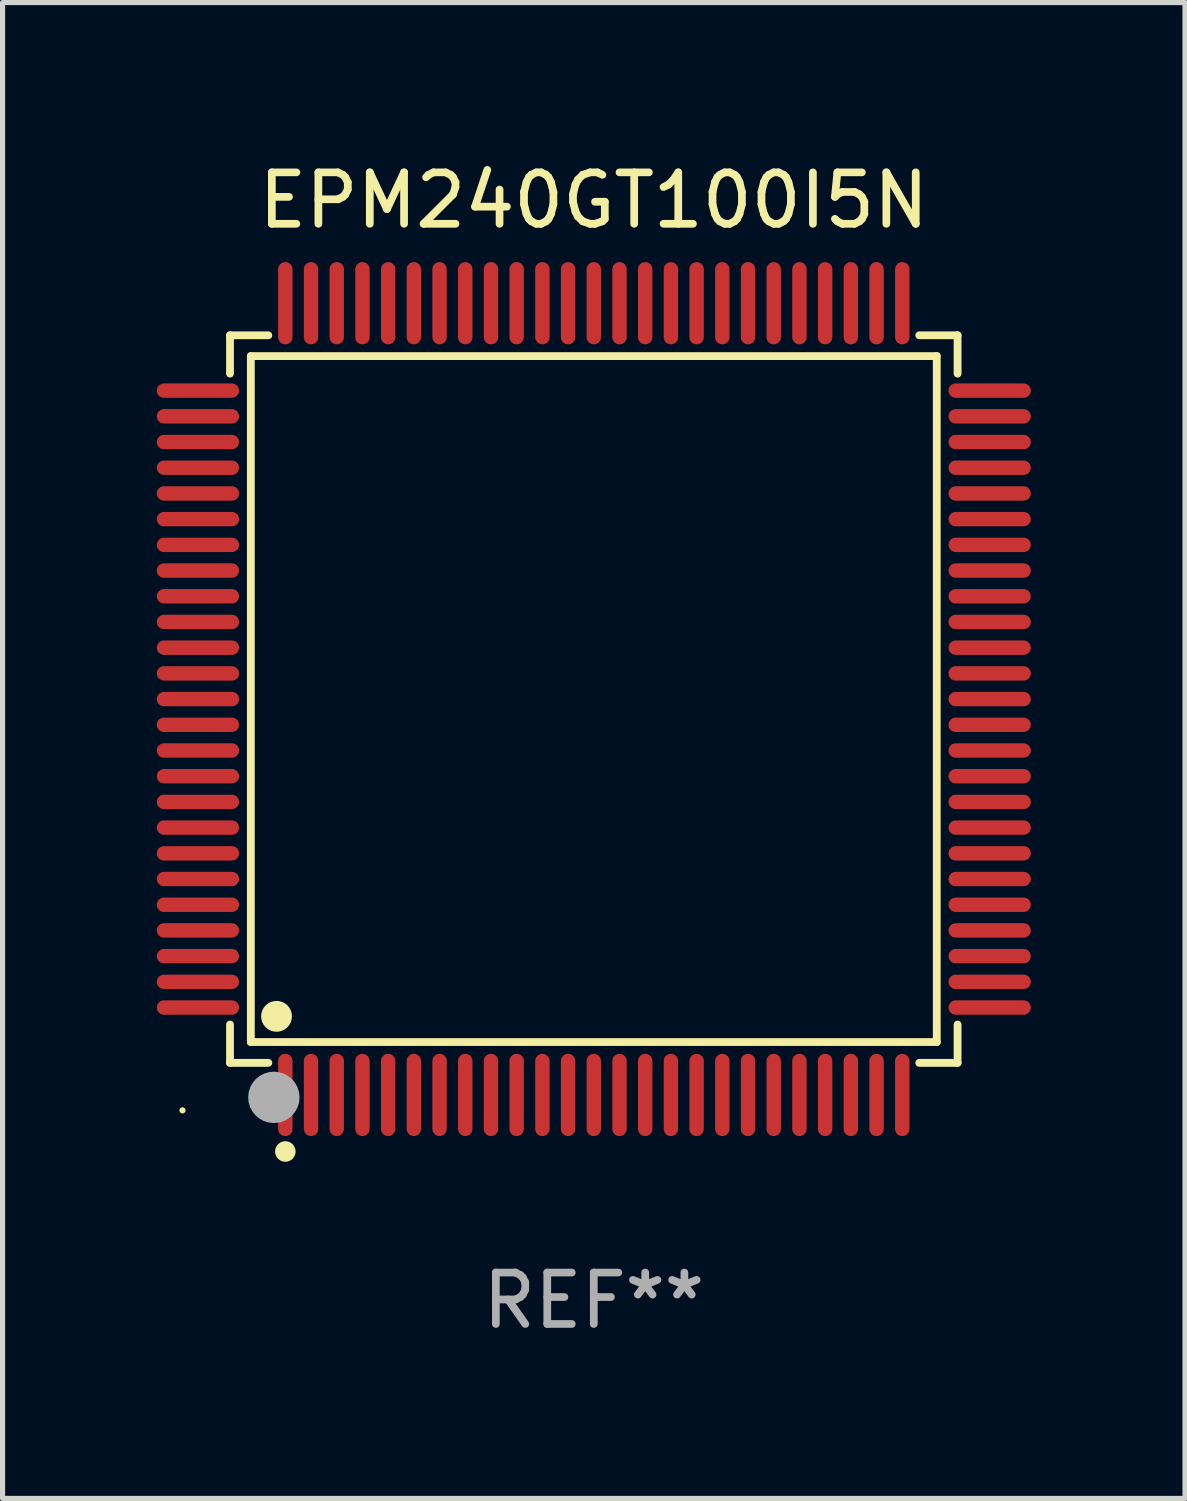
<source format=kicad_pcb>
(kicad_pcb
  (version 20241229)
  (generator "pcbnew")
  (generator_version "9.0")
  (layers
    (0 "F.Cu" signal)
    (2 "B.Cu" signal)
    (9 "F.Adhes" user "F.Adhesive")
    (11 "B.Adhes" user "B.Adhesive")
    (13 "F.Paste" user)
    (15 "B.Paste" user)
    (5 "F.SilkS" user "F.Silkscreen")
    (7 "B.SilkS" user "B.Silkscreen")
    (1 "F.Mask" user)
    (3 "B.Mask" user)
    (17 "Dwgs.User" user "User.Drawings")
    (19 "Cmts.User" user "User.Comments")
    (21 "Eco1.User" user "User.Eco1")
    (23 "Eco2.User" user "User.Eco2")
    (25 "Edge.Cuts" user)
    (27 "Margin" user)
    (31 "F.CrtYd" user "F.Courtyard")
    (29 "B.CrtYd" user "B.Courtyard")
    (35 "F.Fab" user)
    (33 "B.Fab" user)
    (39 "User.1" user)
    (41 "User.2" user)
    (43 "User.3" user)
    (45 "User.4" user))
  (footprint "EPM240GT100I5N"
    (layer "F.Cu")
    (at 8.5 10.548)
    (property "Reference" "EPM240GT100I5N" (at 0 -9.7 0) (layer "F.SilkS") (effects (font (size 1 1) (thickness 0.15))))
    (attr through_hole)
    (fp_line (start -7.076 -7.076) (end -6.331 -7.076) (stroke (width 0.152) (type solid)) (layer "F.SilkS"))
    (fp_line (start -7.076 -6.331) (end -7.076 -7.076) (stroke (width 0.152) (type solid)) (layer "F.SilkS"))
    (fp_line (start -7.076 6.331) (end -7.076 7.076) (stroke (width 0.152) (type solid)) (layer "F.SilkS"))
    (fp_line (start -7.076 7.076) (end -6.331 7.076) (stroke (width 0.152) (type solid)) (layer "F.SilkS"))
    (fp_line (start -6.671 -6.671) (end 6.671 -6.671) (stroke (width 0.152) (type solid)) (layer "F.SilkS"))
    (fp_line (start -6.671 6.671) (end -6.671 -6.671) (stroke (width 0.152) (type solid)) (layer "F.SilkS"))
    (fp_line (start 6.671 -6.671) (end 6.671 6.671) (stroke (width 0.152) (type solid)) (layer "F.SilkS"))
    (fp_line (start 6.671 6.671) (end -6.671 6.671) (stroke (width 0.152) (type solid)) (layer "F.SilkS"))
    (fp_line (start 7.076 -7.076) (end 6.331 -7.076) (stroke (width 0.152) (type solid)) (layer "F.SilkS"))
    (fp_line (start 7.076 -6.331) (end 7.076 -7.076) (stroke (width 0.152) (type solid)) (layer "F.SilkS"))
    (fp_line (start 7.076 6.331) (end 7.076 7.076) (stroke (width 0.152) (type solid)) (layer "F.SilkS"))
    (fp_line (start 7.076 7.076) (end 6.331 7.076) (stroke (width 0.152) (type solid)) (layer "F.SilkS"))
    (fp_circle (center -8 8) (end -7.97 8) (stroke (width 0.06) (type solid)) (fill no) (layer "F.SilkS"))
    (fp_circle (center -6.171 6.171) (end -6.021 6.171) (stroke (width 0.3) (type solid)) (fill no) (layer "F.SilkS"))
    (fp_circle (center -6 8.8) (end -5.9 8.8) (stroke (width 0.2) (type solid)) (fill no) (layer "F.SilkS"))
    (fp_circle (center -6.223 7.747) (end -5.973 7.747) (stroke (width 0.5) (type solid)) (fill no) (layer "F.Fab"))
    (fp_text user "REF**" (at 0 11.7 0) (layer "F.Fab") (effects (font (size 1 1) (thickness 0.15))))
    (pad "1" smd oval (at -6 7.7) (size 0.28 1.6) (layers "F.Cu" "F.Mask" "F.Paste"))
    (pad "2" smd oval (at -5.5 7.7) (size 0.28 1.6) (layers "F.Cu" "F.Mask" "F.Paste"))
    (pad "3" smd oval (at -5 7.7) (size 0.28 1.6) (layers "F.Cu" "F.Mask" "F.Paste"))
    (pad "4" smd oval (at -4.5 7.7) (size 0.28 1.6) (layers "F.Cu" "F.Mask" "F.Paste"))
    (pad "5" smd oval (at -4 7.7) (size 0.28 1.6) (layers "F.Cu" "F.Mask" "F.Paste"))
    (pad "6" smd oval (at -3.5 7.7) (size 0.28 1.6) (layers "F.Cu" "F.Mask" "F.Paste"))
    (pad "7" smd oval (at -3 7.7) (size 0.28 1.6) (layers "F.Cu" "F.Mask" "F.Paste"))
    (pad "8" smd oval (at -2.5 7.7) (size 0.28 1.6) (layers "F.Cu" "F.Mask" "F.Paste"))
    (pad "9" smd oval (at -2 7.7) (size 0.28 1.6) (layers "F.Cu" "F.Mask" "F.Paste"))
    (pad "10" smd oval (at -1.5 7.7) (size 0.28 1.6) (layers "F.Cu" "F.Mask" "F.Paste"))
    (pad "11" smd oval (at -1 7.7) (size 0.28 1.6) (layers "F.Cu" "F.Mask" "F.Paste"))
    (pad "12" smd oval (at -0.5 7.7) (size 0.28 1.6) (layers "F.Cu" "F.Mask" "F.Paste"))
    (pad "13" smd oval (at 0 7.7) (size 0.28 1.6) (layers "F.Cu" "F.Mask" "F.Paste"))
    (pad "14" smd oval (at 0.5 7.7) (size 0.28 1.6) (layers "F.Cu" "F.Mask" "F.Paste"))
    (pad "15" smd oval (at 1 7.7) (size 0.28 1.6) (layers "F.Cu" "F.Mask" "F.Paste"))
    (pad "16" smd oval (at 1.5 7.7) (size 0.28 1.6) (layers "F.Cu" "F.Mask" "F.Paste"))
    (pad "17" smd oval (at 2 7.7) (size 0.28 1.6) (layers "F.Cu" "F.Mask" "F.Paste"))
    (pad "18" smd oval (at 2.5 7.7) (size 0.28 1.6) (layers "F.Cu" "F.Mask" "F.Paste"))
    (pad "19" smd oval (at 3 7.7) (size 0.28 1.6) (layers "F.Cu" "F.Mask" "F.Paste"))
    (pad "20" smd oval (at 3.5 7.7) (size 0.28 1.6) (layers "F.Cu" "F.Mask" "F.Paste"))
    (pad "21" smd oval (at 4 7.7) (size 0.28 1.6) (layers "F.Cu" "F.Mask" "F.Paste"))
    (pad "22" smd oval (at 4.5 7.7) (size 0.28 1.6) (layers "F.Cu" "F.Mask" "F.Paste"))
    (pad "23" smd oval (at 5 7.7) (size 0.28 1.6) (layers "F.Cu" "F.Mask" "F.Paste"))
    (pad "24" smd oval (at 5.5 7.7) (size 0.28 1.6) (layers "F.Cu" "F.Mask" "F.Paste"))
    (pad "25" smd oval (at 6 7.7) (size 0.28 1.6) (layers "F.Cu" "F.Mask" "F.Paste"))
    (pad "26" smd oval (at 7.7 6) (size 1.6 0.28) (layers "F.Cu" "F.Mask" "F.Paste"))
    (pad "27" smd oval (at 7.7 5.5) (size 1.6 0.28) (layers "F.Cu" "F.Mask" "F.Paste"))
    (pad "28" smd oval (at 7.7 5) (size 1.6 0.28) (layers "F.Cu" "F.Mask" "F.Paste"))
    (pad "29" smd oval (at 7.7 4.5) (size 1.6 0.28) (layers "F.Cu" "F.Mask" "F.Paste"))
    (pad "30" smd oval (at 7.7 4) (size 1.6 0.28) (layers "F.Cu" "F.Mask" "F.Paste"))
    (pad "31" smd oval (at 7.7 3.5) (size 1.6 0.28) (layers "F.Cu" "F.Mask" "F.Paste"))
    (pad "32" smd oval (at 7.7 3) (size 1.6 0.28) (layers "F.Cu" "F.Mask" "F.Paste"))
    (pad "33" smd oval (at 7.7 2.5) (size 1.6 0.28) (layers "F.Cu" "F.Mask" "F.Paste"))
    (pad "34" smd oval (at 7.7 2) (size 1.6 0.28) (layers "F.Cu" "F.Mask" "F.Paste"))
    (pad "35" smd oval (at 7.7 1.5) (size 1.6 0.28) (layers "F.Cu" "F.Mask" "F.Paste"))
    (pad "36" smd oval (at 7.7 1) (size 1.6 0.28) (layers "F.Cu" "F.Mask" "F.Paste"))
    (pad "37" smd oval (at 7.7 0.5) (size 1.6 0.28) (layers "F.Cu" "F.Mask" "F.Paste"))
    (pad "38" smd oval (at 7.7 0) (size 1.6 0.28) (layers "F.Cu" "F.Mask" "F.Paste"))
    (pad "39" smd oval (at 7.7 -0.5) (size 1.6 0.28) (layers "F.Cu" "F.Mask" "F.Paste"))
    (pad "40" smd oval (at 7.7 -1) (size 1.6 0.28) (layers "F.Cu" "F.Mask" "F.Paste"))
    (pad "41" smd oval (at 7.7 -1.5) (size 1.6 0.28) (layers "F.Cu" "F.Mask" "F.Paste"))
    (pad "42" smd oval (at 7.7 -2) (size 1.6 0.28) (layers "F.Cu" "F.Mask" "F.Paste"))
    (pad "43" smd oval (at 7.7 -2.5) (size 1.6 0.28) (layers "F.Cu" "F.Mask" "F.Paste"))
    (pad "44" smd oval (at 7.7 -3) (size 1.6 0.28) (layers "F.Cu" "F.Mask" "F.Paste"))
    (pad "45" smd oval (at 7.7 -3.5) (size 1.6 0.28) (layers "F.Cu" "F.Mask" "F.Paste"))
    (pad "46" smd oval (at 7.7 -4) (size 1.6 0.28) (layers "F.Cu" "F.Mask" "F.Paste"))
    (pad "47" smd oval (at 7.7 -4.5) (size 1.6 0.28) (layers "F.Cu" "F.Mask" "F.Paste"))
    (pad "48" smd oval (at 7.7 -5) (size 1.6 0.28) (layers "F.Cu" "F.Mask" "F.Paste"))
    (pad "49" smd oval (at 7.7 -5.5) (size 1.6 0.28) (layers "F.Cu" "F.Mask" "F.Paste"))
    (pad "50" smd oval (at 7.7 -6) (size 1.6 0.28) (layers "F.Cu" "F.Mask" "F.Paste"))
    (pad "51" smd oval (at 6 -7.7) (size 0.28 1.6) (layers "F.Cu" "F.Mask" "F.Paste"))
    (pad "52" smd oval (at 5.5 -7.7) (size 0.28 1.6) (layers "F.Cu" "F.Mask" "F.Paste"))
    (pad "53" smd oval (at 5 -7.7) (size 0.28 1.6) (layers "F.Cu" "F.Mask" "F.Paste"))
    (pad "54" smd oval (at 4.5 -7.7) (size 0.28 1.6) (layers "F.Cu" "F.Mask" "F.Paste"))
    (pad "55" smd oval (at 4 -7.7) (size 0.28 1.6) (layers "F.Cu" "F.Mask" "F.Paste"))
    (pad "56" smd oval (at 3.5 -7.7) (size 0.28 1.6) (layers "F.Cu" "F.Mask" "F.Paste"))
    (pad "57" smd oval (at 3 -7.7) (size 0.28 1.6) (layers "F.Cu" "F.Mask" "F.Paste"))
    (pad "58" smd oval (at 2.5 -7.7) (size 0.28 1.6) (layers "F.Cu" "F.Mask" "F.Paste"))
    (pad "59" smd oval (at 2 -7.7) (size 0.28 1.6) (layers "F.Cu" "F.Mask" "F.Paste"))
    (pad "60" smd oval (at 1.5 -7.7) (size 0.28 1.6) (layers "F.Cu" "F.Mask" "F.Paste"))
    (pad "61" smd oval (at 1 -7.7) (size 0.28 1.6) (layers "F.Cu" "F.Mask" "F.Paste"))
    (pad "62" smd oval (at 0.5 -7.7) (size 0.28 1.6) (layers "F.Cu" "F.Mask" "F.Paste"))
    (pad "63" smd oval (at 0 -7.7) (size 0.28 1.6) (layers "F.Cu" "F.Mask" "F.Paste"))
    (pad "64" smd oval (at -0.5 -7.7) (size 0.28 1.6) (layers "F.Cu" "F.Mask" "F.Paste"))
    (pad "65" smd oval (at -1 -7.7) (size 0.28 1.6) (layers "F.Cu" "F.Mask" "F.Paste"))
    (pad "66" smd oval (at -1.5 -7.7) (size 0.28 1.6) (layers "F.Cu" "F.Mask" "F.Paste"))
    (pad "67" smd oval (at -2 -7.7) (size 0.28 1.6) (layers "F.Cu" "F.Mask" "F.Paste"))
    (pad "68" smd oval (at -2.5 -7.7) (size 0.28 1.6) (layers "F.Cu" "F.Mask" "F.Paste"))
    (pad "69" smd oval (at -3 -7.7) (size 0.28 1.6) (layers "F.Cu" "F.Mask" "F.Paste"))
    (pad "70" smd oval (at -3.5 -7.7) (size 0.28 1.6) (layers "F.Cu" "F.Mask" "F.Paste"))
    (pad "71" smd oval (at -4 -7.7) (size 0.28 1.6) (layers "F.Cu" "F.Mask" "F.Paste"))
    (pad "72" smd oval (at -4.5 -7.7) (size 0.28 1.6) (layers "F.Cu" "F.Mask" "F.Paste"))
    (pad "73" smd oval (at -5 -7.7) (size 0.28 1.6) (layers "F.Cu" "F.Mask" "F.Paste"))
    (pad "74" smd oval (at -5.5 -7.7) (size 0.28 1.6) (layers "F.Cu" "F.Mask" "F.Paste"))
    (pad "75" smd oval (at -6 -7.7) (size 0.28 1.6) (layers "F.Cu" "F.Mask" "F.Paste"))
    (pad "76" smd oval (at -7.7 -6) (size 1.6 0.28) (layers "F.Cu" "F.Mask" "F.Paste"))
    (pad "77" smd oval (at -7.7 -5.5) (size 1.6 0.28) (layers "F.Cu" "F.Mask" "F.Paste"))
    (pad "78" smd oval (at -7.7 -5) (size 1.6 0.28) (layers "F.Cu" "F.Mask" "F.Paste"))
    (pad "79" smd oval (at -7.7 -4.5) (size 1.6 0.28) (layers "F.Cu" "F.Mask" "F.Paste"))
    (pad "80" smd oval (at -7.7 -4) (size 1.6 0.28) (layers "F.Cu" "F.Mask" "F.Paste"))
    (pad "81" smd oval (at -7.7 -3.5) (size 1.6 0.28) (layers "F.Cu" "F.Mask" "F.Paste"))
    (pad "82" smd oval (at -7.7 -3) (size 1.6 0.28) (layers "F.Cu" "F.Mask" "F.Paste"))
    (pad "83" smd oval (at -7.7 -2.5) (size 1.6 0.28) (layers "F.Cu" "F.Mask" "F.Paste"))
    (pad "84" smd oval (at -7.7 -2) (size 1.6 0.28) (layers "F.Cu" "F.Mask" "F.Paste"))
    (pad "85" smd oval (at -7.7 -1.5) (size 1.6 0.28) (layers "F.Cu" "F.Mask" "F.Paste"))
    (pad "86" smd oval (at -7.7 -1) (size 1.6 0.28) (layers "F.Cu" "F.Mask" "F.Paste"))
    (pad "87" smd oval (at -7.7 -0.5) (size 1.6 0.28) (layers "F.Cu" "F.Mask" "F.Paste"))
    (pad "88" smd oval (at -7.7 0) (size 1.6 0.28) (layers "F.Cu" "F.Mask" "F.Paste"))
    (pad "89" smd oval (at -7.7 0.5) (size 1.6 0.28) (layers "F.Cu" "F.Mask" "F.Paste"))
    (pad "90" smd oval (at -7.7 1) (size 1.6 0.28) (layers "F.Cu" "F.Mask" "F.Paste"))
    (pad "91" smd oval (at -7.7 1.5) (size 1.6 0.28) (layers "F.Cu" "F.Mask" "F.Paste"))
    (pad "92" smd oval (at -7.7 2) (size 1.6 0.28) (layers "F.Cu" "F.Mask" "F.Paste"))
    (pad "93" smd oval (at -7.7 2.5) (size 1.6 0.28) (layers "F.Cu" "F.Mask" "F.Paste"))
    (pad "94" smd oval (at -7.7 3) (size 1.6 0.28) (layers "F.Cu" "F.Mask" "F.Paste"))
    (pad "95" smd oval (at -7.7 3.5) (size 1.6 0.28) (layers "F.Cu" "F.Mask" "F.Paste"))
    (pad "96" smd oval (at -7.7 4) (size 1.6 0.28) (layers "F.Cu" "F.Mask" "F.Paste"))
    (pad "97" smd oval (at -7.7 4.5) (size 1.6 0.28) (layers "F.Cu" "F.Mask" "F.Paste"))
    (pad "98" smd oval (at -7.7 5) (size 1.6 0.28) (layers "F.Cu" "F.Mask" "F.Paste"))
    (pad "99" smd oval (at -7.7 5.5) (size 1.6 0.28) (layers "F.Cu" "F.Mask" "F.Paste"))
    (pad "100" smd oval (at -7.7 6) (size 1.6 0.28) (layers "F.Cu" "F.Mask" "F.Paste")))
  (gr_rect
    (start -3 -3)
    (end 20 26.097)
    (stroke (width 0.1) (type default))
    (fill no)
    (layer "Edge.Cuts")))
</source>
